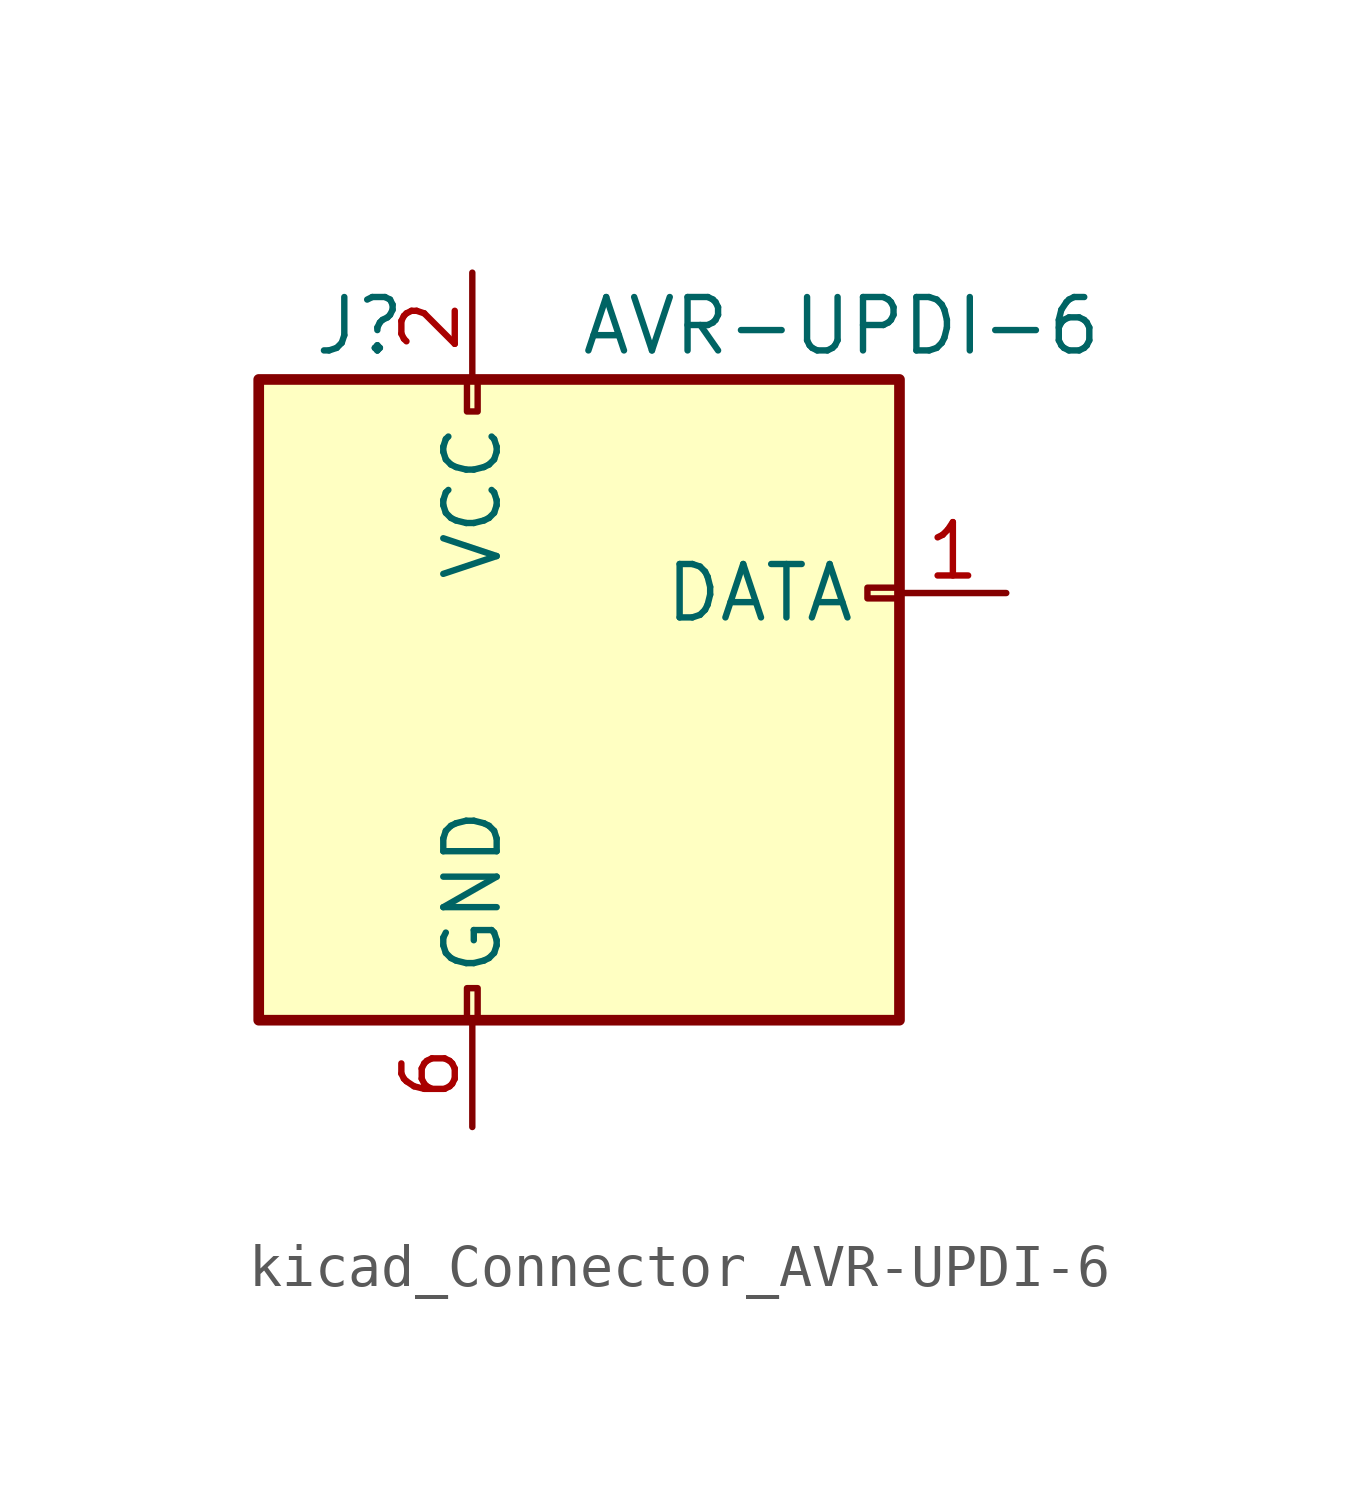
<source format=kicad_sym>
(kicad_symbol_lib
  (version 20220914)
  (generator kicad_symbol_editor)
  (symbol "kicad_Connector_AVR-UPDI-6"
    (pin_names
      (offset 1.016))
    (property "Reference" "J"
      (at -6.35 8.89 0)
      (effects (font (size 1.27 1.27)) (justify left)))
    (property "Value" "AVR-UPDI-6"
      (at 0 8.89 0)
      (effects (font (size 1.27 1.27)) (justify left)))
    (symbol "kicad_Connector_AVR-UPDI-6_0_1"
      (rectangle (start -2.667 -6.858) (end -2.413 -7.62) (stroke (width 0) (type default)) (fill (type none)))
      (rectangle (start -2.667 7.62) (end -2.413 6.858) (stroke (width 0) (type default)) (fill (type none)))
      (rectangle (start 7.62 2.667) (end 6.858 2.413) (stroke (width 0) (type default)) (fill (type none)))
      (rectangle (start 7.62 7.62) (end -7.62 -7.62) (stroke (width 0.254) (type default)) (fill (type background))))
    (symbol "kicad_Connector_AVR-UPDI-6_1_1"
      (pin passive line (at 10.16 2.54 180) (length 2.54) (name "DATA" (effects (font (size 1.27 1.27)))) (number "1" (effects (font (size 1.27 1.27)))))
      (pin passive line (at -2.54 10.16 270) (length 2.54) (name "VCC" (effects (font (size 1.27 1.27)))) (number "2" (effects (font (size 1.27 1.27)))))
      (pin no_connect line (at 7.62 0 180) (length 2.54) hide (name "NC" (effects (font (size 1.27 1.27)))) (number "3" (effects (font (size 1.27 1.27)))))
      (pin no_connect line (at 7.62 -2.54 180) (length 2.54) hide (name "NC" (effects (font (size 1.27 1.27)))) (number "4" (effects (font (size 1.27 1.27)))))
      (pin no_connect line (at 7.62 -5.08 180) (length 2.54) hide (name "NC" (effects (font (size 1.27 1.27)))) (number "5" (effects (font (size 1.27 1.27)))))
      (pin passive line (at -2.54 -10.16 90) (length 2.54) (name "GND" (effects (font (size 1.27 1.27)))) (number "6" (effects (font (size 1.27 1.27))))))))
</source>
